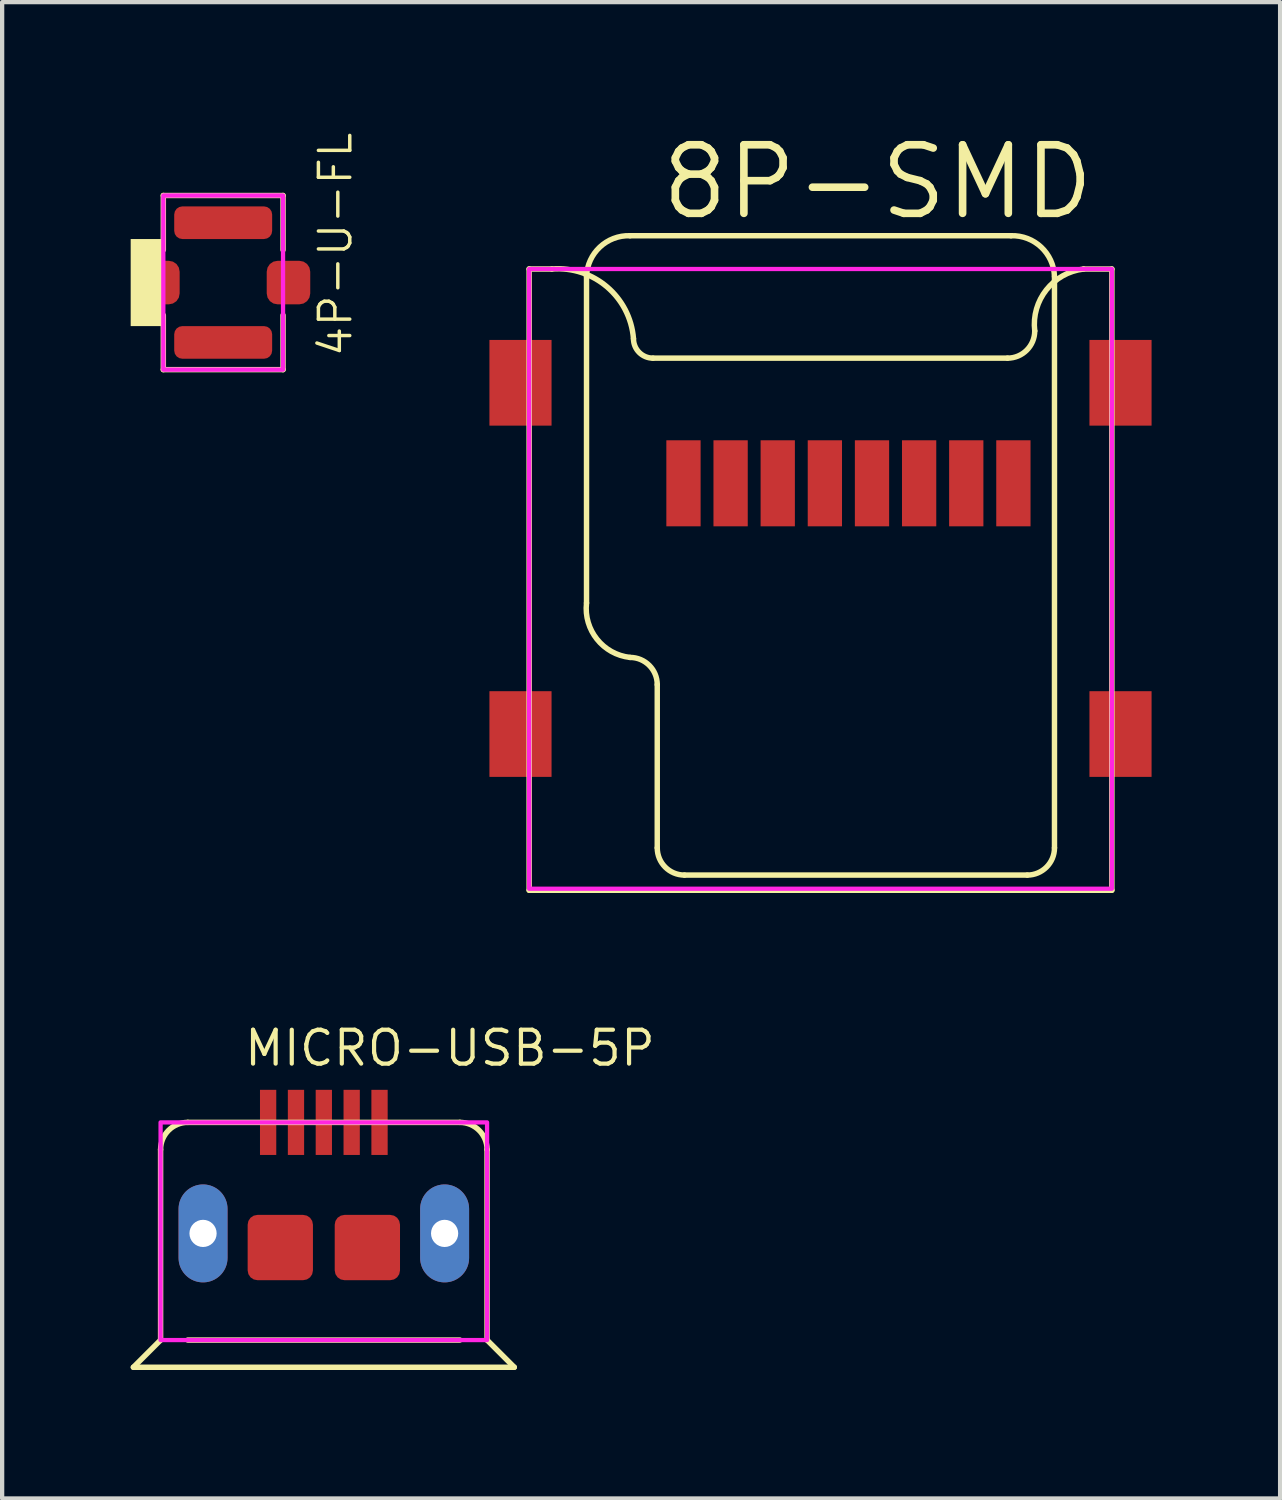
<source format=kicad_pcb>
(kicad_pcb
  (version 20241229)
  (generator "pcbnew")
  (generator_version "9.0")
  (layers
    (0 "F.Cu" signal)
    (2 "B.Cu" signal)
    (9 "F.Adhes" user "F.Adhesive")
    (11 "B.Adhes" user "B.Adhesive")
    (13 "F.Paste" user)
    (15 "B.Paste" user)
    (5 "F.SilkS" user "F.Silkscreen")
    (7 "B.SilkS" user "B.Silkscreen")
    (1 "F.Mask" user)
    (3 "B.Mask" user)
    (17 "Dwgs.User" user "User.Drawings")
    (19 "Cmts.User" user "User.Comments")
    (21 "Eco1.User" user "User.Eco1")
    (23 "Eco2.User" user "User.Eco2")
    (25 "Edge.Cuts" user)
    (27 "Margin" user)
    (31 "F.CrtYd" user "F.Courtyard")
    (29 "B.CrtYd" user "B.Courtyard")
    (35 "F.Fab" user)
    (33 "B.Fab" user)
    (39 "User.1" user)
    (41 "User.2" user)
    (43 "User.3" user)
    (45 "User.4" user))
  (footprint "4P-U-FL"
    (layer "F.Cu")
    (at 2.159 3.545)
    (property "Reference" "4P-U-FL" (at 3.048 1.778 90) (layer "F.SilkS") (effects (font (size 0.732 0.732) (thickness 0.081)) (justify left bottom)))
    (fp_line (start -1.397 -2.032) (end -1.397 -0.762) (stroke (width 0.127) (type solid)) (layer "F.SilkS"))
    (fp_line (start -1.397 -2.032) (end 1.397 -2.032) (stroke (width 0.127) (type solid)) (layer "F.SilkS"))
    (fp_line (start -1.397 2.032) (end -1.397 0.762) (stroke (width 0.127) (type solid)) (layer "F.SilkS"))
    (fp_line (start 1.397 -2.032) (end 1.397 -0.762) (stroke (width 0.127) (type solid)) (layer "F.SilkS"))
    (fp_line (start 1.397 0.762) (end 1.397 2.032) (stroke (width 0.127) (type solid)) (layer "F.SilkS"))
    (fp_line (start 1.397 2.032) (end -1.397 2.032) (stroke (width 0.127) (type solid)) (layer "F.SilkS"))
    (fp_poly (pts (xy -2.159 1.016) (xy -1.397 1.016) (xy -1.397 -1.016) (xy -2.159 -1.016)) (stroke (width 0) (type default)) (fill yes) (layer "F.SilkS"))
    (fp_poly (pts (xy -1.397 2.032) (xy 1.397 2.032) (xy 1.397 -2.032) (xy -1.397 -2.032)) (stroke (width 0.1) (type default)) (fill no) (layer "F.CrtYd"))
    (fp_text user "${REFERENCE}" (at 0.127 0.508 90) (layer "F.Mask") (effects (font (size 0.229 0.229) (thickness 0.025)) (justify left bottom)))
    (pad "D" smd roundrect (at -1.524 0 180) (size 1.016 1.016) (layers "F.Cu" "F.Mask" "F.Paste") (roundrect_rratio 0.25))
    (pad "GND1" smd roundrect (at 0 -1.397) (size 2.286 0.762) (layers "F.Cu" "F.Mask" "F.Paste") (roundrect_rratio 0.25))
    (pad "GND2" smd roundrect (at 0 1.397) (size 2.286 0.762) (layers "F.Cu" "F.Mask" "F.Paste") (roundrect_rratio 0.25))
    (pad "GND3" smd roundrect (at 1.524 0 180) (size 1.016 1.016) (layers "F.Cu" "F.Mask" "F.Paste") (roundrect_rratio 0.25)))
  (footprint "MICRO-USB-5P"
    (layer "F.Cu")
    (at 4.508 23.146)
    (property "Reference" "MICRO-USB-5P" (at -1.905 -1.27 0) (layer "F.SilkS") (effects (font (size 0.791 0.791) (thickness 0.098)) (justify left bottom)))
    (fp_line (start -4.445 5.715) (end 4.445 5.715) (stroke (width 0.127) (type solid)) (layer "F.SilkS"))
    (fp_line (start -3.81 5.08) (end -4.445 5.715) (stroke (width 0.127) (type solid)) (layer "F.SilkS"))
    (fp_line (start -3.81 5.08) (end -3.81 0.635) (stroke (width 0.127) (type solid)) (layer "F.SilkS"))
    (fp_line (start -3.175 0) (end 3.175 0) (stroke (width 0.127) (type solid)) (layer "F.SilkS"))
    (fp_line (start -3.175 5.08) (end 3.175 5.08) (stroke (width 0.127) (type solid)) (layer "F.SilkS"))
    (fp_line (start 3.81 0.635) (end 3.81 5.08) (stroke (width 0.127) (type solid)) (layer "F.SilkS"))
    (fp_line (start 4.445 5.715) (end 3.81 5.08) (stroke (width 0.127) (type solid)) (layer "F.SilkS"))
    (fp_arc (start -3.81 0.635) (mid -3.624013 0.185987) (end -3.175 0) (stroke (width 0.127) (type solid)) (layer "F.SilkS"))
    (fp_arc (start 3.175 0) (mid 3.624013 0.185987) (end 3.81 0.635) (stroke (width 0.127) (type solid)) (layer "F.SilkS"))
    (fp_poly (pts (xy -3.81 5.08) (xy 3.81 5.08) (xy 3.81 0) (xy -3.81 0)) (stroke (width 0.1) (type default)) (fill no) (layer "F.CrtYd"))
    (pad "1" smd rect (at -1.3 0 90) (size 1.52 0.38) (layers "F.Cu" "F.Mask" "F.Paste"))
    (pad "2" smd rect (at -0.65 0 90) (size 1.52 0.38) (layers "F.Cu" "F.Mask" "F.Paste"))
    (pad "3" smd rect (at 0 0 90) (size 1.52 0.38) (layers "F.Cu" "F.Mask" "F.Paste"))
    (pad "4" smd rect (at 0.65 0 90) (size 1.52 0.38) (layers "F.Cu" "F.Mask" "F.Paste"))
    (pad "5" smd rect (at 1.3 0 90) (size 1.52 0.38) (layers "F.Cu" "F.Mask" "F.Paste"))
    (pad "E1" smd roundrect (at -1.016 2.921) (size 1.524 1.524) (layers "F.Cu" "F.Mask" "F.Paste") (roundrect_rratio 0.15))
    (pad "E2" smd roundrect (at 1.016 2.921) (size 1.524 1.524) (layers "F.Cu" "F.Mask" "F.Paste") (roundrect_rratio 0.15))
    (pad "P1" thru_hole oval (at -2.819 2.591 90) (size 2.286 1.143) (drill 0.635) (layers "*.Cu" "*.Mask"))
    (pad "P2" thru_hole oval (at 2.819 2.591 90) (size 2.286 1.143) (drill 0.635) (layers "*.Cu" "*.Mask")))
  (footprint "8P-SMD"
    (layer "F.Cu")
    (at 16.1 8.484)
    (property "Reference" "8P-SMD" (at -3.81 -6.35 0) (layer "F.SilkS") (effects (font (size 1.6 1.6) (thickness 0.178)) (justify left bottom)))
    (fp_line (start -6.8 -5.256) (end -6.27 -5.256) (stroke (width 0.127) (type solid)) (layer "F.SilkS"))
    (fp_line (start -6.8 9.244) (end -6.8 -5.256) (stroke (width 0.127) (type solid)) (layer "F.SilkS"))
    (fp_line (start -5.461 2.54) (end -5.461 -5.08) (stroke (width 0.127) (type solid)) (layer "F.SilkS"))
    (fp_line (start -4.445 -6.032) (end 4.445 -6.032) (stroke (width 0.127) (type solid)) (layer "F.SilkS"))
    (fp_line (start -3.91 -3.175) (end 4.365 -3.175) (stroke (width 0.127) (type solid)) (layer "F.SilkS"))
    (fp_line (start -3.81 8.255) (end -3.81 4.445) (stroke (width 0.127) (type solid)) (layer "F.SilkS"))
    (fp_line (start 4.826 8.89) (end -3.175 8.89) (stroke (width 0.127) (type solid)) (layer "F.SilkS"))
    (fp_line (start 5.461 -5.08) (end 5.461 8.255) (stroke (width 0.127) (type solid)) (layer "F.SilkS"))
    (fp_line (start 6.14 -5.255) (end 6.8 -5.255) (stroke (width 0.127) (type solid)) (layer "F.SilkS"))
    (fp_line (start 6.8 -5.255) (end 6.8 9.244) (stroke (width 0.127) (type solid)) (layer "F.SilkS"))
    (fp_line (start 6.8 9.244) (end -6.8 9.244) (stroke (width 0.127) (type solid)) (layer "F.SilkS"))
    (fp_arc (start -6.27 -5.2556) (mid -4.980827 -4.837338) (end -4.365 -3.63) (stroke (width 0.127) (type solid)) (layer "F.SilkS"))
    (fp_arc (start -5.461 -5.08) (mid -5.150269 -5.76667) (end -4.445 -6.0325) (stroke (width 0.127) (type solid)) (layer "F.SilkS"))
    (fp_arc (start -4.445 3.81) (mid -5.216026 3.38542) (end -5.461 2.54) (stroke (width 0.127) (type solid)) (layer "F.SilkS"))
    (fp_arc (start -4.445 3.81) (mid -3.995987 3.995987) (end -3.81 4.445) (stroke (width 0.127) (type solid)) (layer "F.SilkS"))
    (fp_arc (start -3.91 -3.175) (mid -4.231734 -3.308266) (end -4.365 -3.63) (stroke (width 0.127) (type solid)) (layer "F.SilkS"))
    (fp_arc (start -3.175 8.89) (mid -3.624013 8.704013) (end -3.81 8.255) (stroke (width 0.127) (type solid)) (layer "F.SilkS"))
    (fp_arc (start 4.445 -6.0325) (mid 5.150269 -5.76667) (end 5.461 -5.08) (stroke (width 0.127) (type solid)) (layer "F.SilkS"))
    (fp_arc (start 5 -3.81) (mid 4.814013 -3.360987) (end 4.365 -3.175) (stroke (width 0.127) (type solid)) (layer "F.SilkS"))
    (fp_arc (start 5 -3.81) (mid 5.270772 -4.768502) (end 6.14 -5.2548) (stroke (width 0.127) (type solid)) (layer "F.SilkS"))
    (fp_arc (start 5.461 8.255) (mid 5.275013 8.704013) (end 4.826 8.89) (stroke (width 0.127) (type solid)) (layer "F.SilkS"))
    (fp_poly (pts (xy -6.8 9.209) (xy 6.8 9.209) (xy 6.8 -5.256) (xy -6.8 -5.256)) (stroke (width 0.1) (type default)) (fill no) (layer "F.CrtYd"))
    (pad "1" smd rect (at -3.198 -0.254 90) (size 2.008 0.8) (layers "F.Cu" "F.Mask" "F.Paste"))
    (pad "2" smd rect (at -2.098 -0.254 90) (size 2.008 0.8) (layers "F.Cu" "F.Mask" "F.Paste"))
    (pad "3" smd rect (at -0.998 -0.254 90) (size 2.008 0.8) (layers "F.Cu" "F.Mask" "F.Paste"))
    (pad "4" smd rect (at 0.102 -0.254 90) (size 2.008 0.8) (layers "F.Cu" "F.Mask" "F.Paste"))
    (pad "5" smd rect (at 1.202 -0.254 90) (size 2.008 0.8) (layers "F.Cu" "F.Mask" "F.Paste"))
    (pad "6" smd rect (at 2.302 -0.254 90) (size 2.008 0.8) (layers "F.Cu" "F.Mask" "F.Paste"))
    (pad "7" smd rect (at 3.402 -0.254 90) (size 2.008 0.8) (layers "F.Cu" "F.Mask" "F.Paste"))
    (pad "8" smd rect (at 4.502 -0.254 90) (size 2.008 0.8) (layers "F.Cu" "F.Mask" "F.Paste"))
    (pad "9" smd rect (at -7.002 -2.6 180) (size 1.45 2) (layers "F.Cu" "F.Mask" "F.Paste"))
    (pad "10" smd rect (at 7.002 -2.6 180) (size 1.45 2) (layers "F.Cu" "F.Mask" "F.Paste"))
    (pad "11" smd rect (at -7.002 5.598 180) (size 1.45 2) (layers "F.Cu" "F.Mask" "F.Paste"))
    (pad "12" smd rect (at 7.002 5.598 180) (size 1.45 2) (layers "F.Cu" "F.Mask" "F.Paste")))
  (gr_rect
    (start -3 -3)
    (end 26.827 31.924)
    (stroke (width 0.1) (type default))
    (fill no)
    (layer "Edge.Cuts")))
</source>
